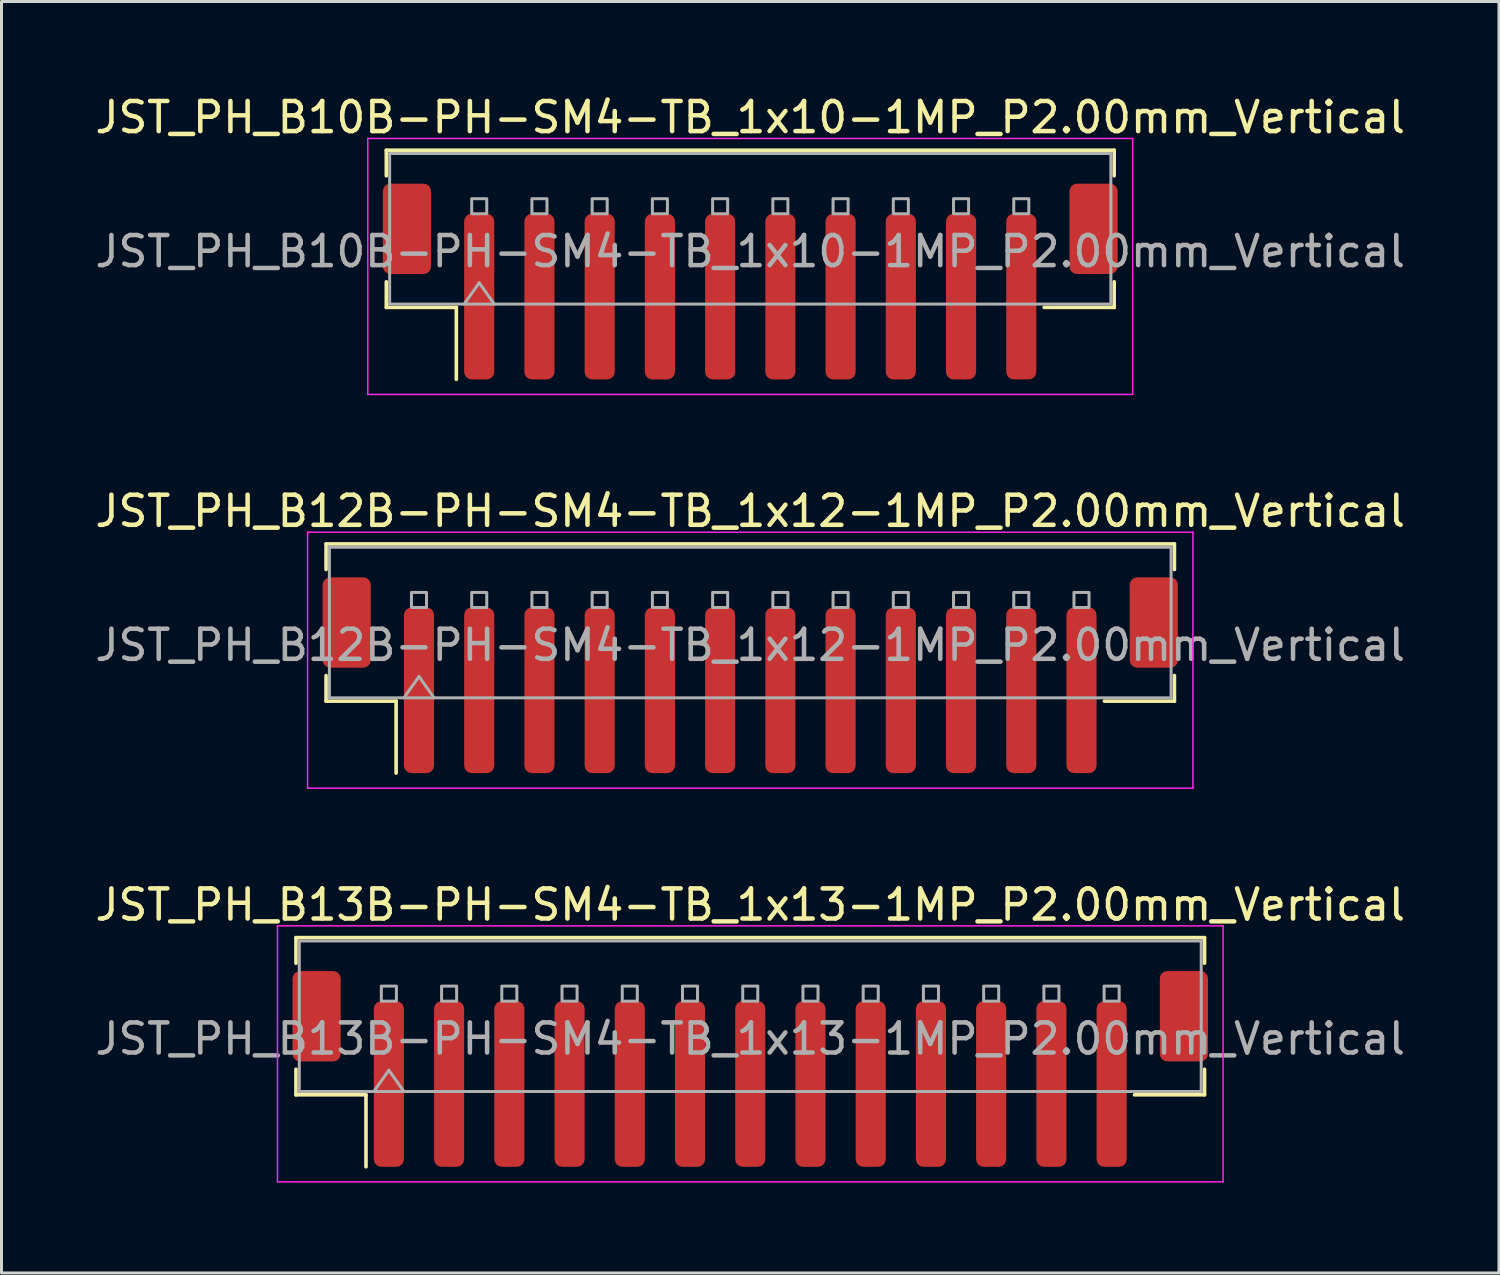
<source format=kicad_pcb>
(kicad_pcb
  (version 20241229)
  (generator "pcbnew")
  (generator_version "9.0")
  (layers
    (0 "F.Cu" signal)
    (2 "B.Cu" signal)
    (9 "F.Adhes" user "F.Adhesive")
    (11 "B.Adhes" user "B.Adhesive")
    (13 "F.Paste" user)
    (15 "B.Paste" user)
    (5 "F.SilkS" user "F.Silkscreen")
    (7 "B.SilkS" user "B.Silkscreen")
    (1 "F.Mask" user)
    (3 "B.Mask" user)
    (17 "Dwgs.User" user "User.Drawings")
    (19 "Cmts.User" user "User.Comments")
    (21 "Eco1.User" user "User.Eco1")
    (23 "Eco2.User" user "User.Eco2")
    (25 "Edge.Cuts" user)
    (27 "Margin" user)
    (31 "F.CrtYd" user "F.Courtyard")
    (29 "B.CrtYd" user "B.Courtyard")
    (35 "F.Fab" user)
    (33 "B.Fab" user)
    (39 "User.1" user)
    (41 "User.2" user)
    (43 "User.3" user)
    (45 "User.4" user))
  (footprint "JST_PH_B12B-PH-SM4-TB_1x12-1MP_P2.00mm_Vertical"
    (layer "F.Cu")
    (at 21.863 19.372)
    (property "Reference" "JST_PH_B12B-PH-SM4-TB_1x12-1MP_P2.00mm_Vertical" (at 0 -5.45 0) (layer "F.SilkS") (effects (font (size 1 1) (thickness 0.15))))
    (attr smd)
    (fp_line (start -14.085 -4.36) (end 14.085 -4.36) (stroke (width 0.12) (type solid)) (layer "F.SilkS"))
    (fp_line (start -14.085 -3.51) (end -14.085 -4.36) (stroke (width 0.12) (type solid)) (layer "F.SilkS"))
    (fp_line (start -14.085 0.01) (end -14.085 0.86) (stroke (width 0.12) (type solid)) (layer "F.SilkS"))
    (fp_line (start -14.085 0.86) (end -11.76 0.86) (stroke (width 0.12) (type solid)) (layer "F.SilkS"))
    (fp_line (start -11.76 0.86) (end -11.76 3.25) (stroke (width 0.12) (type solid)) (layer "F.SilkS"))
    (fp_line (start 14.085 -4.36) (end 14.085 -3.51) (stroke (width 0.12) (type solid)) (layer "F.SilkS"))
    (fp_line (start 14.085 0.01) (end 14.085 0.86) (stroke (width 0.12) (type solid)) (layer "F.SilkS"))
    (fp_line (start 14.085 0.86) (end 11.76 0.86) (stroke (width 0.12) (type solid)) (layer "F.SilkS"))
    (fp_line (start -14.7 -4.75) (end -14.7 3.75) (stroke (width 0.05) (type solid)) (layer "F.CrtYd"))
    (fp_line (start -14.7 3.75) (end 14.7 3.75) (stroke (width 0.05) (type solid)) (layer "F.CrtYd"))
    (fp_line (start 14.7 -4.75) (end -14.7 -4.75) (stroke (width 0.05) (type solid)) (layer "F.CrtYd"))
    (fp_line (start 14.7 3.75) (end 14.7 -4.75) (stroke (width 0.05) (type solid)) (layer "F.CrtYd"))
    (fp_line (start -13.975 -4.25) (end 13.975 -4.25) (stroke (width 0.1) (type solid)) (layer "F.Fab"))
    (fp_line (start -13.975 0.75) (end -13.975 -4.25) (stroke (width 0.1) (type solid)) (layer "F.Fab"))
    (fp_line (start -13.975 0.75) (end 13.975 0.75) (stroke (width 0.1) (type solid)) (layer "F.Fab"))
    (fp_line (start -11.5 0.75) (end -11 0.043) (stroke (width 0.1) (type solid)) (layer "F.Fab"))
    (fp_line (start -11 0.043) (end -10.5 0.75) (stroke (width 0.1) (type solid)) (layer "F.Fab"))
    (fp_line (start 13.975 0.75) (end 13.975 -4.25) (stroke (width 0.1) (type solid)) (layer "F.Fab"))
    (fp_rect (start -11.25 -2.75) (end -10.75 -2.25) (stroke (width 0.1) (type solid)) (fill no) (layer "F.Fab"))
    (fp_rect (start -9.25 -2.75) (end -8.75 -2.25) (stroke (width 0.1) (type solid)) (fill no) (layer "F.Fab"))
    (fp_rect (start -7.25 -2.75) (end -6.75 -2.25) (stroke (width 0.1) (type solid)) (fill no) (layer "F.Fab"))
    (fp_rect (start -5.25 -2.75) (end -4.75 -2.25) (stroke (width 0.1) (type solid)) (fill no) (layer "F.Fab"))
    (fp_rect (start -3.25 -2.75) (end -2.75 -2.25) (stroke (width 0.1) (type solid)) (fill no) (layer "F.Fab"))
    (fp_rect (start -1.25 -2.75) (end -0.75 -2.25) (stroke (width 0.1) (type solid)) (fill no) (layer "F.Fab"))
    (fp_rect (start 0.75 -2.75) (end 1.25 -2.25) (stroke (width 0.1) (type solid)) (fill no) (layer "F.Fab"))
    (fp_rect (start 2.75 -2.75) (end 3.25 -2.25) (stroke (width 0.1) (type solid)) (fill no) (layer "F.Fab"))
    (fp_rect (start 4.75 -2.75) (end 5.25 -2.25) (stroke (width 0.1) (type solid)) (fill no) (layer "F.Fab"))
    (fp_rect (start 6.75 -2.75) (end 7.25 -2.25) (stroke (width 0.1) (type solid)) (fill no) (layer "F.Fab"))
    (fp_rect (start 8.75 -2.75) (end 9.25 -2.25) (stroke (width 0.1) (type solid)) (fill no) (layer "F.Fab"))
    (fp_rect (start 10.75 -2.75) (end 11.25 -2.25) (stroke (width 0.1) (type solid)) (fill no) (layer "F.Fab"))
    (fp_text user "${REFERENCE}" (at 0 -1 0) (layer "F.Fab") (effects (font (size 1 1) (thickness 0.15))))
    (pad "1" smd roundrect (at -11 0.5) (size 1 5.5) (layers "F.Cu" "F.Mask" "F.Paste") (roundrect_rratio 0.25))
    (pad "2" smd roundrect (at -9 0.5) (size 1 5.5) (layers "F.Cu" "F.Mask" "F.Paste") (roundrect_rratio 0.25))
    (pad "3" smd roundrect (at -7 0.5) (size 1 5.5) (layers "F.Cu" "F.Mask" "F.Paste") (roundrect_rratio 0.25))
    (pad "4" smd roundrect (at -5 0.5) (size 1 5.5) (layers "F.Cu" "F.Mask" "F.Paste") (roundrect_rratio 0.25))
    (pad "5" smd roundrect (at -3 0.5) (size 1 5.5) (layers "F.Cu" "F.Mask" "F.Paste") (roundrect_rratio 0.25))
    (pad "6" smd roundrect (at -1 0.5) (size 1 5.5) (layers "F.Cu" "F.Mask" "F.Paste") (roundrect_rratio 0.25))
    (pad "7" smd roundrect (at 1 0.5) (size 1 5.5) (layers "F.Cu" "F.Mask" "F.Paste") (roundrect_rratio 0.25))
    (pad "8" smd roundrect (at 3 0.5) (size 1 5.5) (layers "F.Cu" "F.Mask" "F.Paste") (roundrect_rratio 0.25))
    (pad "9" smd roundrect (at 5 0.5) (size 1 5.5) (layers "F.Cu" "F.Mask" "F.Paste") (roundrect_rratio 0.25))
    (pad "10" smd roundrect (at 7 0.5) (size 1 5.5) (layers "F.Cu" "F.Mask" "F.Paste") (roundrect_rratio 0.25))
    (pad "11" smd roundrect (at 9 0.5) (size 1 5.5) (layers "F.Cu" "F.Mask" "F.Paste") (roundrect_rratio 0.25))
    (pad "12" smd roundrect (at 11 0.5) (size 1 5.5) (layers "F.Cu" "F.Mask" "F.Paste") (roundrect_rratio 0.25))
    (pad "MP" smd roundrect (at -13.4 -1.75) (size 1.6 3) (layers "F.Cu" "F.Mask" "F.Paste") (roundrect_rratio 0.156))
    (pad "MP" smd roundrect (at 13.4 -1.75) (size 1.6 3) (layers "F.Cu" "F.Mask" "F.Paste") (roundrect_rratio 0.156)))
  (footprint "JST_PH_B13B-PH-SM4-TB_1x13-1MP_P2.00mm_Vertical"
    (layer "F.Cu")
    (at 21.863 32.445)
    (property "Reference" "JST_PH_B13B-PH-SM4-TB_1x13-1MP_P2.00mm_Vertical" (at 0 -5.45 0) (layer "F.SilkS") (effects (font (size 1 1) (thickness 0.15))))
    (attr smd)
    (fp_line (start -15.085 -4.36) (end 15.085 -4.36) (stroke (width 0.12) (type solid)) (layer "F.SilkS"))
    (fp_line (start -15.085 -3.51) (end -15.085 -4.36) (stroke (width 0.12) (type solid)) (layer "F.SilkS"))
    (fp_line (start -15.085 0.01) (end -15.085 0.86) (stroke (width 0.12) (type solid)) (layer "F.SilkS"))
    (fp_line (start -15.085 0.86) (end -12.76 0.86) (stroke (width 0.12) (type solid)) (layer "F.SilkS"))
    (fp_line (start -12.76 0.86) (end -12.76 3.25) (stroke (width 0.12) (type solid)) (layer "F.SilkS"))
    (fp_line (start 15.085 -4.36) (end 15.085 -3.51) (stroke (width 0.12) (type solid)) (layer "F.SilkS"))
    (fp_line (start 15.085 0.01) (end 15.085 0.86) (stroke (width 0.12) (type solid)) (layer "F.SilkS"))
    (fp_line (start 15.085 0.86) (end 12.76 0.86) (stroke (width 0.12) (type solid)) (layer "F.SilkS"))
    (fp_line (start -15.7 -4.75) (end -15.7 3.75) (stroke (width 0.05) (type solid)) (layer "F.CrtYd"))
    (fp_line (start -15.7 3.75) (end 15.7 3.75) (stroke (width 0.05) (type solid)) (layer "F.CrtYd"))
    (fp_line (start 15.7 -4.75) (end -15.7 -4.75) (stroke (width 0.05) (type solid)) (layer "F.CrtYd"))
    (fp_line (start 15.7 3.75) (end 15.7 -4.75) (stroke (width 0.05) (type solid)) (layer "F.CrtYd"))
    (fp_line (start -14.975 -4.25) (end 14.975 -4.25) (stroke (width 0.1) (type solid)) (layer "F.Fab"))
    (fp_line (start -14.975 0.75) (end -14.975 -4.25) (stroke (width 0.1) (type solid)) (layer "F.Fab"))
    (fp_line (start -14.975 0.75) (end 14.975 0.75) (stroke (width 0.1) (type solid)) (layer "F.Fab"))
    (fp_line (start -12.5 0.75) (end -12 0.043) (stroke (width 0.1) (type solid)) (layer "F.Fab"))
    (fp_line (start -12 0.043) (end -11.5 0.75) (stroke (width 0.1) (type solid)) (layer "F.Fab"))
    (fp_line (start 14.975 0.75) (end 14.975 -4.25) (stroke (width 0.1) (type solid)) (layer "F.Fab"))
    (fp_rect (start -12.25 -2.75) (end -11.75 -2.25) (stroke (width 0.1) (type solid)) (fill no) (layer "F.Fab"))
    (fp_rect (start -10.25 -2.75) (end -9.75 -2.25) (stroke (width 0.1) (type solid)) (fill no) (layer "F.Fab"))
    (fp_rect (start -8.25 -2.75) (end -7.75 -2.25) (stroke (width 0.1) (type solid)) (fill no) (layer "F.Fab"))
    (fp_rect (start -6.25 -2.75) (end -5.75 -2.25) (stroke (width 0.1) (type solid)) (fill no) (layer "F.Fab"))
    (fp_rect (start -4.25 -2.75) (end -3.75 -2.25) (stroke (width 0.1) (type solid)) (fill no) (layer "F.Fab"))
    (fp_rect (start -2.25 -2.75) (end -1.75 -2.25) (stroke (width 0.1) (type solid)) (fill no) (layer "F.Fab"))
    (fp_rect (start -0.25 -2.75) (end 0.25 -2.25) (stroke (width 0.1) (type solid)) (fill no) (layer "F.Fab"))
    (fp_rect (start 1.75 -2.75) (end 2.25 -2.25) (stroke (width 0.1) (type solid)) (fill no) (layer "F.Fab"))
    (fp_rect (start 3.75 -2.75) (end 4.25 -2.25) (stroke (width 0.1) (type solid)) (fill no) (layer "F.Fab"))
    (fp_rect (start 5.75 -2.75) (end 6.25 -2.25) (stroke (width 0.1) (type solid)) (fill no) (layer "F.Fab"))
    (fp_rect (start 7.75 -2.75) (end 8.25 -2.25) (stroke (width 0.1) (type solid)) (fill no) (layer "F.Fab"))
    (fp_rect (start 9.75 -2.75) (end 10.25 -2.25) (stroke (width 0.1) (type solid)) (fill no) (layer "F.Fab"))
    (fp_rect (start 11.75 -2.75) (end 12.25 -2.25) (stroke (width 0.1) (type solid)) (fill no) (layer "F.Fab"))
    (fp_text user "${REFERENCE}" (at 0 -1 0) (layer "F.Fab") (effects (font (size 1 1) (thickness 0.15))))
    (pad "1" smd roundrect (at -12 0.5) (size 1 5.5) (layers "F.Cu" "F.Mask" "F.Paste") (roundrect_rratio 0.25))
    (pad "2" smd roundrect (at -10 0.5) (size 1 5.5) (layers "F.Cu" "F.Mask" "F.Paste") (roundrect_rratio 0.25))
    (pad "3" smd roundrect (at -8 0.5) (size 1 5.5) (layers "F.Cu" "F.Mask" "F.Paste") (roundrect_rratio 0.25))
    (pad "4" smd roundrect (at -6 0.5) (size 1 5.5) (layers "F.Cu" "F.Mask" "F.Paste") (roundrect_rratio 0.25))
    (pad "5" smd roundrect (at -4 0.5) (size 1 5.5) (layers "F.Cu" "F.Mask" "F.Paste") (roundrect_rratio 0.25))
    (pad "6" smd roundrect (at -2 0.5) (size 1 5.5) (layers "F.Cu" "F.Mask" "F.Paste") (roundrect_rratio 0.25))
    (pad "7" smd roundrect (at 0 0.5) (size 1 5.5) (layers "F.Cu" "F.Mask" "F.Paste") (roundrect_rratio 0.25))
    (pad "8" smd roundrect (at 2 0.5) (size 1 5.5) (layers "F.Cu" "F.Mask" "F.Paste") (roundrect_rratio 0.25))
    (pad "9" smd roundrect (at 4 0.5) (size 1 5.5) (layers "F.Cu" "F.Mask" "F.Paste") (roundrect_rratio 0.25))
    (pad "10" smd roundrect (at 6 0.5) (size 1 5.5) (layers "F.Cu" "F.Mask" "F.Paste") (roundrect_rratio 0.25))
    (pad "11" smd roundrect (at 8 0.5) (size 1 5.5) (layers "F.Cu" "F.Mask" "F.Paste") (roundrect_rratio 0.25))
    (pad "12" smd roundrect (at 10 0.5) (size 1 5.5) (layers "F.Cu" "F.Mask" "F.Paste") (roundrect_rratio 0.25))
    (pad "13" smd roundrect (at 12 0.5) (size 1 5.5) (layers "F.Cu" "F.Mask" "F.Paste") (roundrect_rratio 0.25))
    (pad "MP" smd roundrect (at -14.4 -1.75) (size 1.6 3) (layers "F.Cu" "F.Mask" "F.Paste") (roundrect_rratio 0.156))
    (pad "MP" smd roundrect (at 14.4 -1.75) (size 1.6 3) (layers "F.Cu" "F.Mask" "F.Paste") (roundrect_rratio 0.156)))
  (footprint "JST_PH_B10B-PH-SM4-TB_1x10-1MP_P2.00mm_Vertical"
    (layer "F.Cu")
    (at 21.863 6.298)
    (property "Reference" "JST_PH_B10B-PH-SM4-TB_1x10-1MP_P2.00mm_Vertical" (at 0 -5.45 0) (layer "F.SilkS") (effects (font (size 1 1) (thickness 0.15))))
    (attr smd)
    (fp_line (start -12.085 -4.36) (end 12.085 -4.36) (stroke (width 0.12) (type solid)) (layer "F.SilkS"))
    (fp_line (start -12.085 -3.51) (end -12.085 -4.36) (stroke (width 0.12) (type solid)) (layer "F.SilkS"))
    (fp_line (start -12.085 0.01) (end -12.085 0.86) (stroke (width 0.12) (type solid)) (layer "F.SilkS"))
    (fp_line (start -12.085 0.86) (end -9.76 0.86) (stroke (width 0.12) (type solid)) (layer "F.SilkS"))
    (fp_line (start -9.76 0.86) (end -9.76 3.25) (stroke (width 0.12) (type solid)) (layer "F.SilkS"))
    (fp_line (start 12.085 -4.36) (end 12.085 -3.51) (stroke (width 0.12) (type solid)) (layer "F.SilkS"))
    (fp_line (start 12.085 0.01) (end 12.085 0.86) (stroke (width 0.12) (type solid)) (layer "F.SilkS"))
    (fp_line (start 12.085 0.86) (end 9.76 0.86) (stroke (width 0.12) (type solid)) (layer "F.SilkS"))
    (fp_line (start -12.7 -4.75) (end -12.7 3.75) (stroke (width 0.05) (type solid)) (layer "F.CrtYd"))
    (fp_line (start -12.7 3.75) (end 12.7 3.75) (stroke (width 0.05) (type solid)) (layer "F.CrtYd"))
    (fp_line (start 12.7 -4.75) (end -12.7 -4.75) (stroke (width 0.05) (type solid)) (layer "F.CrtYd"))
    (fp_line (start 12.7 3.75) (end 12.7 -4.75) (stroke (width 0.05) (type solid)) (layer "F.CrtYd"))
    (fp_line (start -11.975 -4.25) (end 11.975 -4.25) (stroke (width 0.1) (type solid)) (layer "F.Fab"))
    (fp_line (start -11.975 0.75) (end -11.975 -4.25) (stroke (width 0.1) (type solid)) (layer "F.Fab"))
    (fp_line (start -11.975 0.75) (end 11.975 0.75) (stroke (width 0.1) (type solid)) (layer "F.Fab"))
    (fp_line (start -9.5 0.75) (end -9 0.043) (stroke (width 0.1) (type solid)) (layer "F.Fab"))
    (fp_line (start -9 0.043) (end -8.5 0.75) (stroke (width 0.1) (type solid)) (layer "F.Fab"))
    (fp_line (start 11.975 0.75) (end 11.975 -4.25) (stroke (width 0.1) (type solid)) (layer "F.Fab"))
    (fp_rect (start -9.25 -2.75) (end -8.75 -2.25) (stroke (width 0.1) (type solid)) (fill no) (layer "F.Fab"))
    (fp_rect (start -7.25 -2.75) (end -6.75 -2.25) (stroke (width 0.1) (type solid)) (fill no) (layer "F.Fab"))
    (fp_rect (start -5.25 -2.75) (end -4.75 -2.25) (stroke (width 0.1) (type solid)) (fill no) (layer "F.Fab"))
    (fp_rect (start -3.25 -2.75) (end -2.75 -2.25) (stroke (width 0.1) (type solid)) (fill no) (layer "F.Fab"))
    (fp_rect (start -1.25 -2.75) (end -0.75 -2.25) (stroke (width 0.1) (type solid)) (fill no) (layer "F.Fab"))
    (fp_rect (start 0.75 -2.75) (end 1.25 -2.25) (stroke (width 0.1) (type solid)) (fill no) (layer "F.Fab"))
    (fp_rect (start 2.75 -2.75) (end 3.25 -2.25) (stroke (width 0.1) (type solid)) (fill no) (layer "F.Fab"))
    (fp_rect (start 4.75 -2.75) (end 5.25 -2.25) (stroke (width 0.1) (type solid)) (fill no) (layer "F.Fab"))
    (fp_rect (start 6.75 -2.75) (end 7.25 -2.25) (stroke (width 0.1) (type solid)) (fill no) (layer "F.Fab"))
    (fp_rect (start 8.75 -2.75) (end 9.25 -2.25) (stroke (width 0.1) (type solid)) (fill no) (layer "F.Fab"))
    (fp_text user "${REFERENCE}" (at 0 -1 0) (layer "F.Fab") (effects (font (size 1 1) (thickness 0.15))))
    (pad "1" smd roundrect (at -9 0.5) (size 1 5.5) (layers "F.Cu" "F.Mask" "F.Paste") (roundrect_rratio 0.25))
    (pad "2" smd roundrect (at -7 0.5) (size 1 5.5) (layers "F.Cu" "F.Mask" "F.Paste") (roundrect_rratio 0.25))
    (pad "3" smd roundrect (at -5 0.5) (size 1 5.5) (layers "F.Cu" "F.Mask" "F.Paste") (roundrect_rratio 0.25))
    (pad "4" smd roundrect (at -3 0.5) (size 1 5.5) (layers "F.Cu" "F.Mask" "F.Paste") (roundrect_rratio 0.25))
    (pad "5" smd roundrect (at -1 0.5) (size 1 5.5) (layers "F.Cu" "F.Mask" "F.Paste") (roundrect_rratio 0.25))
    (pad "6" smd roundrect (at 1 0.5) (size 1 5.5) (layers "F.Cu" "F.Mask" "F.Paste") (roundrect_rratio 0.25))
    (pad "7" smd roundrect (at 3 0.5) (size 1 5.5) (layers "F.Cu" "F.Mask" "F.Paste") (roundrect_rratio 0.25))
    (pad "8" smd roundrect (at 5 0.5) (size 1 5.5) (layers "F.Cu" "F.Mask" "F.Paste") (roundrect_rratio 0.25))
    (pad "9" smd roundrect (at 7 0.5) (size 1 5.5) (layers "F.Cu" "F.Mask" "F.Paste") (roundrect_rratio 0.25))
    (pad "10" smd roundrect (at 9 0.5) (size 1 5.5) (layers "F.Cu" "F.Mask" "F.Paste") (roundrect_rratio 0.25))
    (pad "MP" smd roundrect (at -11.4 -1.75) (size 1.6 3) (layers "F.Cu" "F.Mask" "F.Paste") (roundrect_rratio 0.156))
    (pad "MP" smd roundrect (at 11.4 -1.75) (size 1.6 3) (layers "F.Cu" "F.Mask" "F.Paste") (roundrect_rratio 0.156)))
  (gr_rect
    (start -3 -3)
    (end 46.726 39.22)
    (stroke (width 0.1) (type default))
    (fill no)
    (layer "Edge.Cuts")))
</source>
